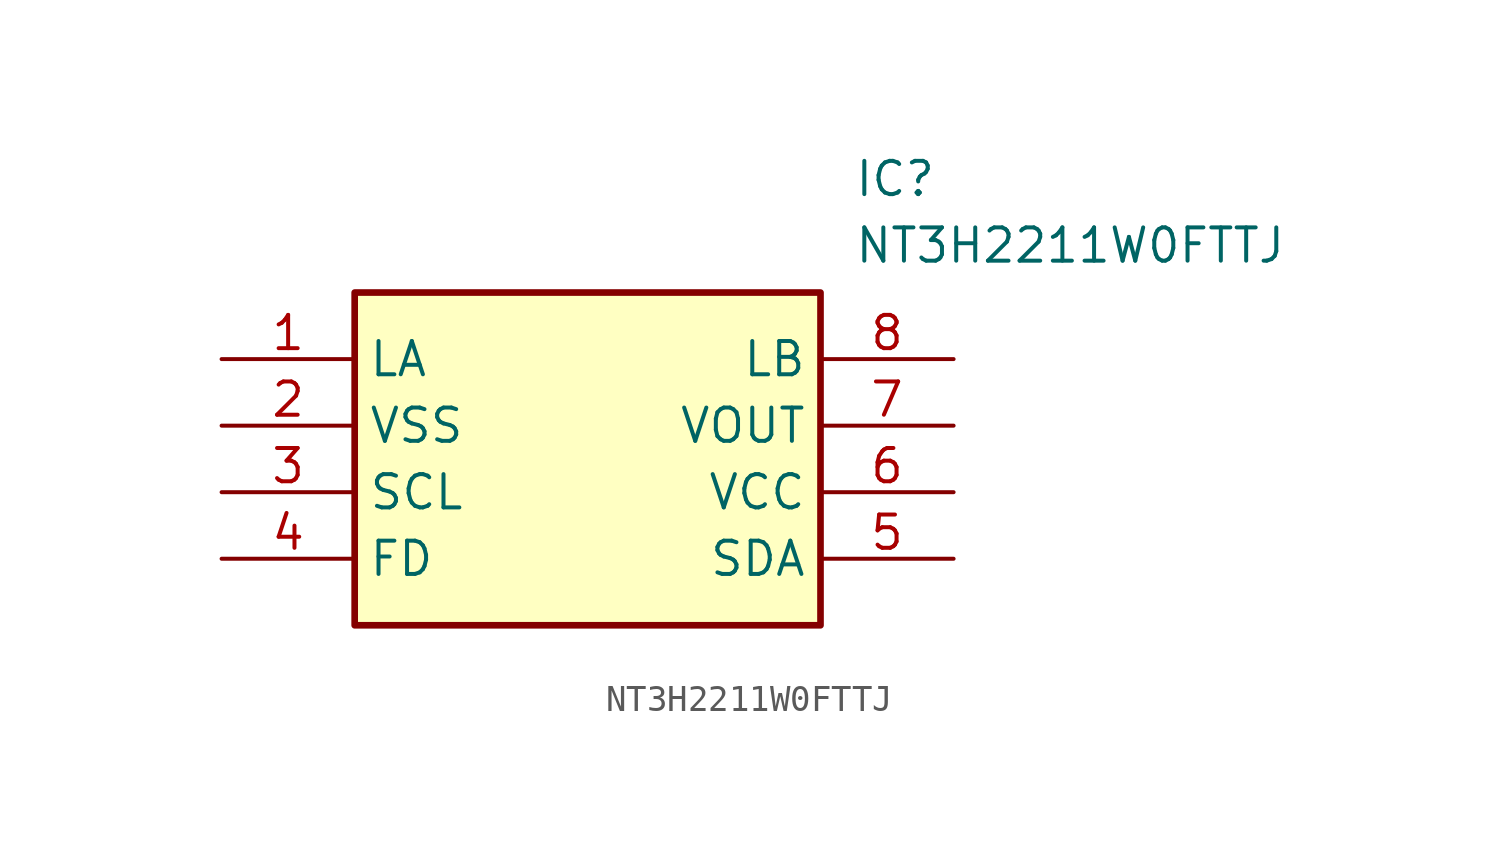
<source format=kicad_sym>
(kicad_symbol_lib
  (version 20241209)
  (generator "kicad_symbol_editor")
  (generator_version "9.0")
  (symbol "NT3H2211W0FTTJ"
    (property "Reference" "IC"
      (at 24.13 7.62 0)
      (effects (font (size 1.27 1.27)) (justify left top)))
    (property "Value" "NT3H2211W0FTTJ"
      (at 24.13 5.08 0)
      (effects (font (size 1.27 1.27)) (justify left top)))
    (symbol "NT3H2211W0FTTJ_1_1"
      (rectangle (start 5.08 2.54) (end 22.86 -10.16) (stroke (width 0.254) (type default)) (fill (type background)))
      (pin passive line (at 0 0 0) (length 5.08) (name "LA" (effects (font (size 1.27 1.27)))) (number "1" (effects (font (size 1.27 1.27)))))
      (pin passive line (at 0 -2.54 0) (length 5.08) (name "VSS" (effects (font (size 1.27 1.27)))) (number "2" (effects (font (size 1.27 1.27)))))
      (pin passive line (at 0 -5.08 0) (length 5.08) (name "SCL" (effects (font (size 1.27 1.27)))) (number "3" (effects (font (size 1.27 1.27)))))
      (pin passive line (at 0 -7.62 0) (length 5.08) (name "FD" (effects (font (size 1.27 1.27)))) (number "4" (effects (font (size 1.27 1.27)))))
      (pin passive line (at 27.94 0 180) (length 5.08) (name "LB" (effects (font (size 1.27 1.27)))) (number "8" (effects (font (size 1.27 1.27)))))
      (pin passive line (at 27.94 -2.54 180) (length 5.08) (name "VOUT" (effects (font (size 1.27 1.27)))) (number "7" (effects (font (size 1.27 1.27)))))
      (pin passive line (at 27.94 -5.08 180) (length 5.08) (name "VCC" (effects (font (size 1.27 1.27)))) (number "6" (effects (font (size 1.27 1.27)))))
      (pin passive line (at 27.94 -7.62 180) (length 5.08) (name "SDA" (effects (font (size 1.27 1.27)))) (number "5" (effects (font (size 1.27 1.27))))))))
</source>
